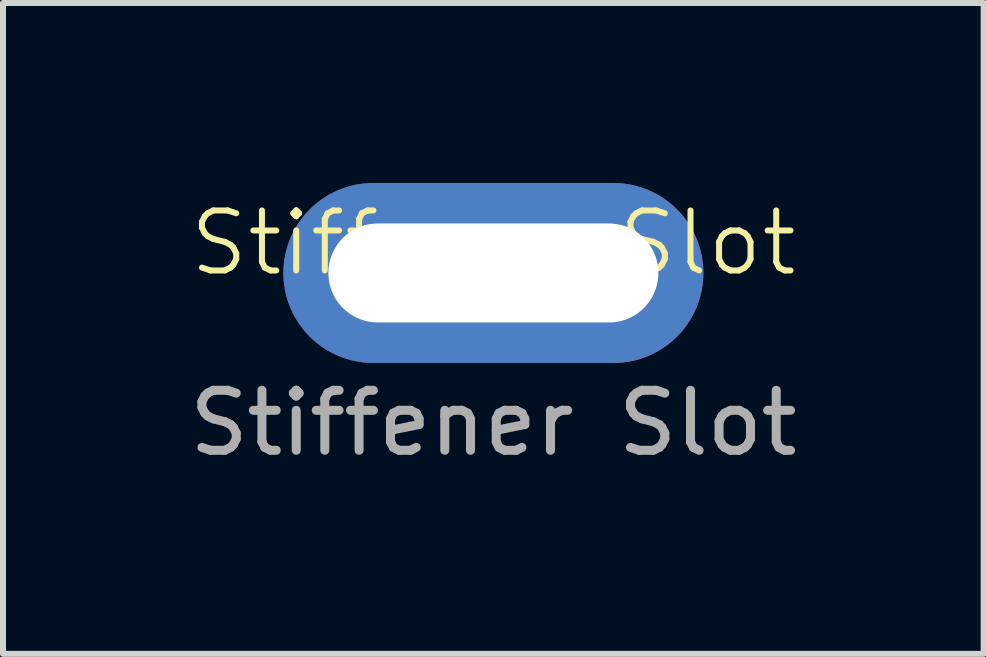
<source format=kicad_pcb>
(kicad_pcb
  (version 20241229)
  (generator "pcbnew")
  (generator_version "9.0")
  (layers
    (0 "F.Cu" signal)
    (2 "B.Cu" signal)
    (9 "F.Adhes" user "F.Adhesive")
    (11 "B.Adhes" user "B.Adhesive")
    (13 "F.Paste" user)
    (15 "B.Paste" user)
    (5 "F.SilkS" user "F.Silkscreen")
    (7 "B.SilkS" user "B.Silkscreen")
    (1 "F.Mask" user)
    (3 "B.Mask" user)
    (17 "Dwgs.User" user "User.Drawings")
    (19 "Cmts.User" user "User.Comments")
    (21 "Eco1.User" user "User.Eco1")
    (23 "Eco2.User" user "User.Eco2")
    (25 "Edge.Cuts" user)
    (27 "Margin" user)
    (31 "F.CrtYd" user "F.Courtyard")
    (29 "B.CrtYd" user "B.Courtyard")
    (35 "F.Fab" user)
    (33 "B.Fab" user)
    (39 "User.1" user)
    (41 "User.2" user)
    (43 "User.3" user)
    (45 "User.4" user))
  (footprint "Stiffener Slot"
    (layer "F.Cu")
    (at 5.173 1.5)
    (property "Reference" "Stiffener Slot" (at 0 -0.5 0) (unlocked yes) (layer "F.SilkS") (effects (font (size 1 1) (thickness 0.1))))
    (attr smd)
    (fp_text user "${REFERENCE}" (at 0 2.5 0) (unlocked yes) (layer "F.Fab") (effects (font (size 1 1) (thickness 0.15))))
    (pad "1" thru_hole oval (at 0 0) (size 7 3) (drill oval 5.5 1.65) (layers "*.Cu" "*.Mask")))
  (gr_rect
    (start -3 -3)
    (end 13.345 7.848)
    (stroke (width 0.1) (type default))
    (fill no)
    (layer "Edge.Cuts")))
</source>
